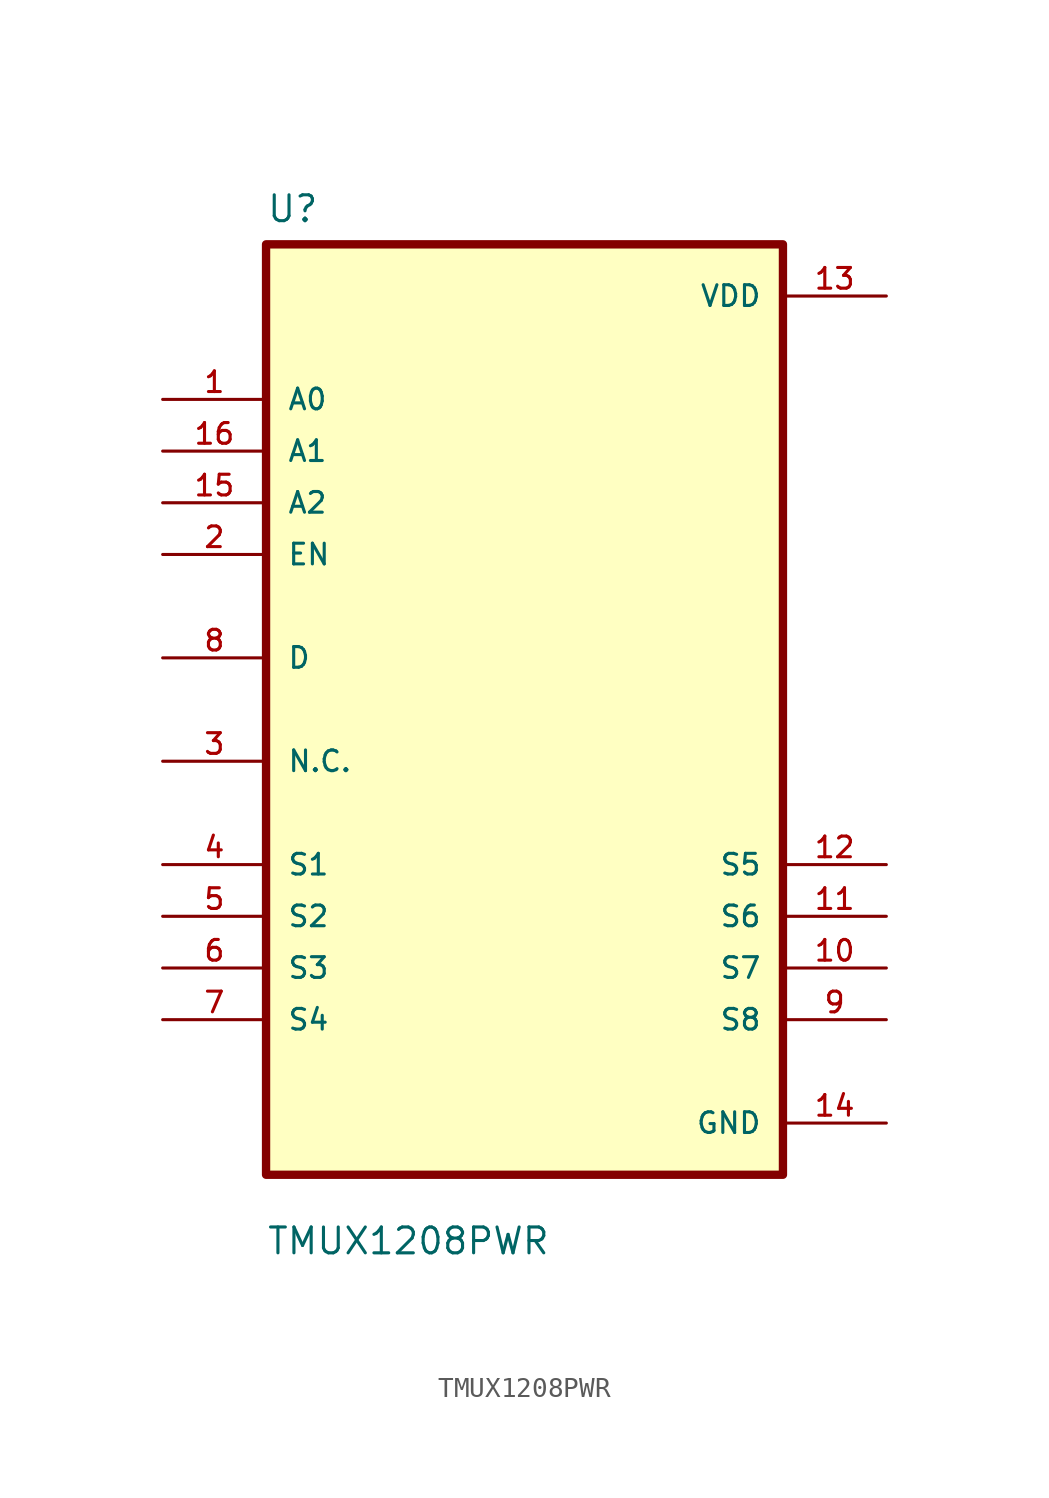
<source format=kicad_sym>
(kicad_symbol_lib
  (version 20211014)
  (generator kicad_symbol_editor)
  (symbol "TMUX1208PWR"
    (pin_names
      (offset 1.016))
    (property "Reference" "U"
      (at -12.7 23.86 0.0)
      (effects (font (size 1.27 1.27)) (justify bottom left)))
    (property "Value" "TMUX1208PWR"
      (at -12.7 -26.86 0.0)
      (effects (font (size 1.27 1.27)) (justify bottom left)))
    (symbol "TMUX1208PWR_0_0"
      (rectangle (start -12.7 -22.86) (end 12.7 22.86) (stroke (width 0.41)) (fill (type background)))
      (pin input line (at -17.78 15.24 0) (length 5.08) (name "A0" (effects (font (size 1.016 1.016)))) (number "1" (effects (font (size 1.016 1.016)))))
      (pin input line (at -17.78 12.7 0) (length 5.08) (name "A1" (effects (font (size 1.016 1.016)))) (number "16" (effects (font (size 1.016 1.016)))))
      (pin input line (at -17.78 10.16 0) (length 5.08) (name "A2" (effects (font (size 1.016 1.016)))) (number "15" (effects (font (size 1.016 1.016)))))
      (pin input line (at -17.78 7.62 0) (length 5.08) (name "EN" (effects (font (size 1.016 1.016)))) (number "2" (effects (font (size 1.016 1.016)))))
      (pin bidirectional line (at -17.78 2.54 0) (length 5.08) (name "D" (effects (font (size 1.016 1.016)))) (number "8" (effects (font (size 1.016 1.016)))))
      (pin bidirectional line (at -17.78 -2.54 0) (length 5.08) (name "N.C." (effects (font (size 1.016 1.016)))) (number "3" (effects (font (size 1.016 1.016)))))
      (pin bidirectional line (at -17.78 -7.62 0) (length 5.08) (name "S1" (effects (font (size 1.016 1.016)))) (number "4" (effects (font (size 1.016 1.016)))))
      (pin bidirectional line (at -17.78 -10.16 0) (length 5.08) (name "S2" (effects (font (size 1.016 1.016)))) (number "5" (effects (font (size 1.016 1.016)))))
      (pin bidirectional line (at -17.78 -12.7 0) (length 5.08) (name "S3" (effects (font (size 1.016 1.016)))) (number "6" (effects (font (size 1.016 1.016)))))
      (pin bidirectional line (at -17.78 -15.24 0) (length 5.08) (name "S4" (effects (font (size 1.016 1.016)))) (number "7" (effects (font (size 1.016 1.016)))))
      (pin power_in line (at 17.78 20.32 180.0) (length 5.08) (name "VDD" (effects (font (size 1.016 1.016)))) (number "13" (effects (font (size 1.016 1.016)))))
      (pin bidirectional line (at 17.78 -7.62 180.0) (length 5.08) (name "S5" (effects (font (size 1.016 1.016)))) (number "12" (effects (font (size 1.016 1.016)))))
      (pin bidirectional line (at 17.78 -10.16 180.0) (length 5.08) (name "S6" (effects (font (size 1.016 1.016)))) (number "11" (effects (font (size 1.016 1.016)))))
      (pin bidirectional line (at 17.78 -12.7 180.0) (length 5.08) (name "S7" (effects (font (size 1.016 1.016)))) (number "10" (effects (font (size 1.016 1.016)))))
      (pin bidirectional line (at 17.78 -15.24 180.0) (length 5.08) (name "S8" (effects (font (size 1.016 1.016)))) (number "9" (effects (font (size 1.016 1.016)))))
      (pin power_in line (at 17.78 -20.32 180.0) (length 5.08) (name "GND" (effects (font (size 1.016 1.016)))) (number "14" (effects (font (size 1.016 1.016))))))))
</source>
